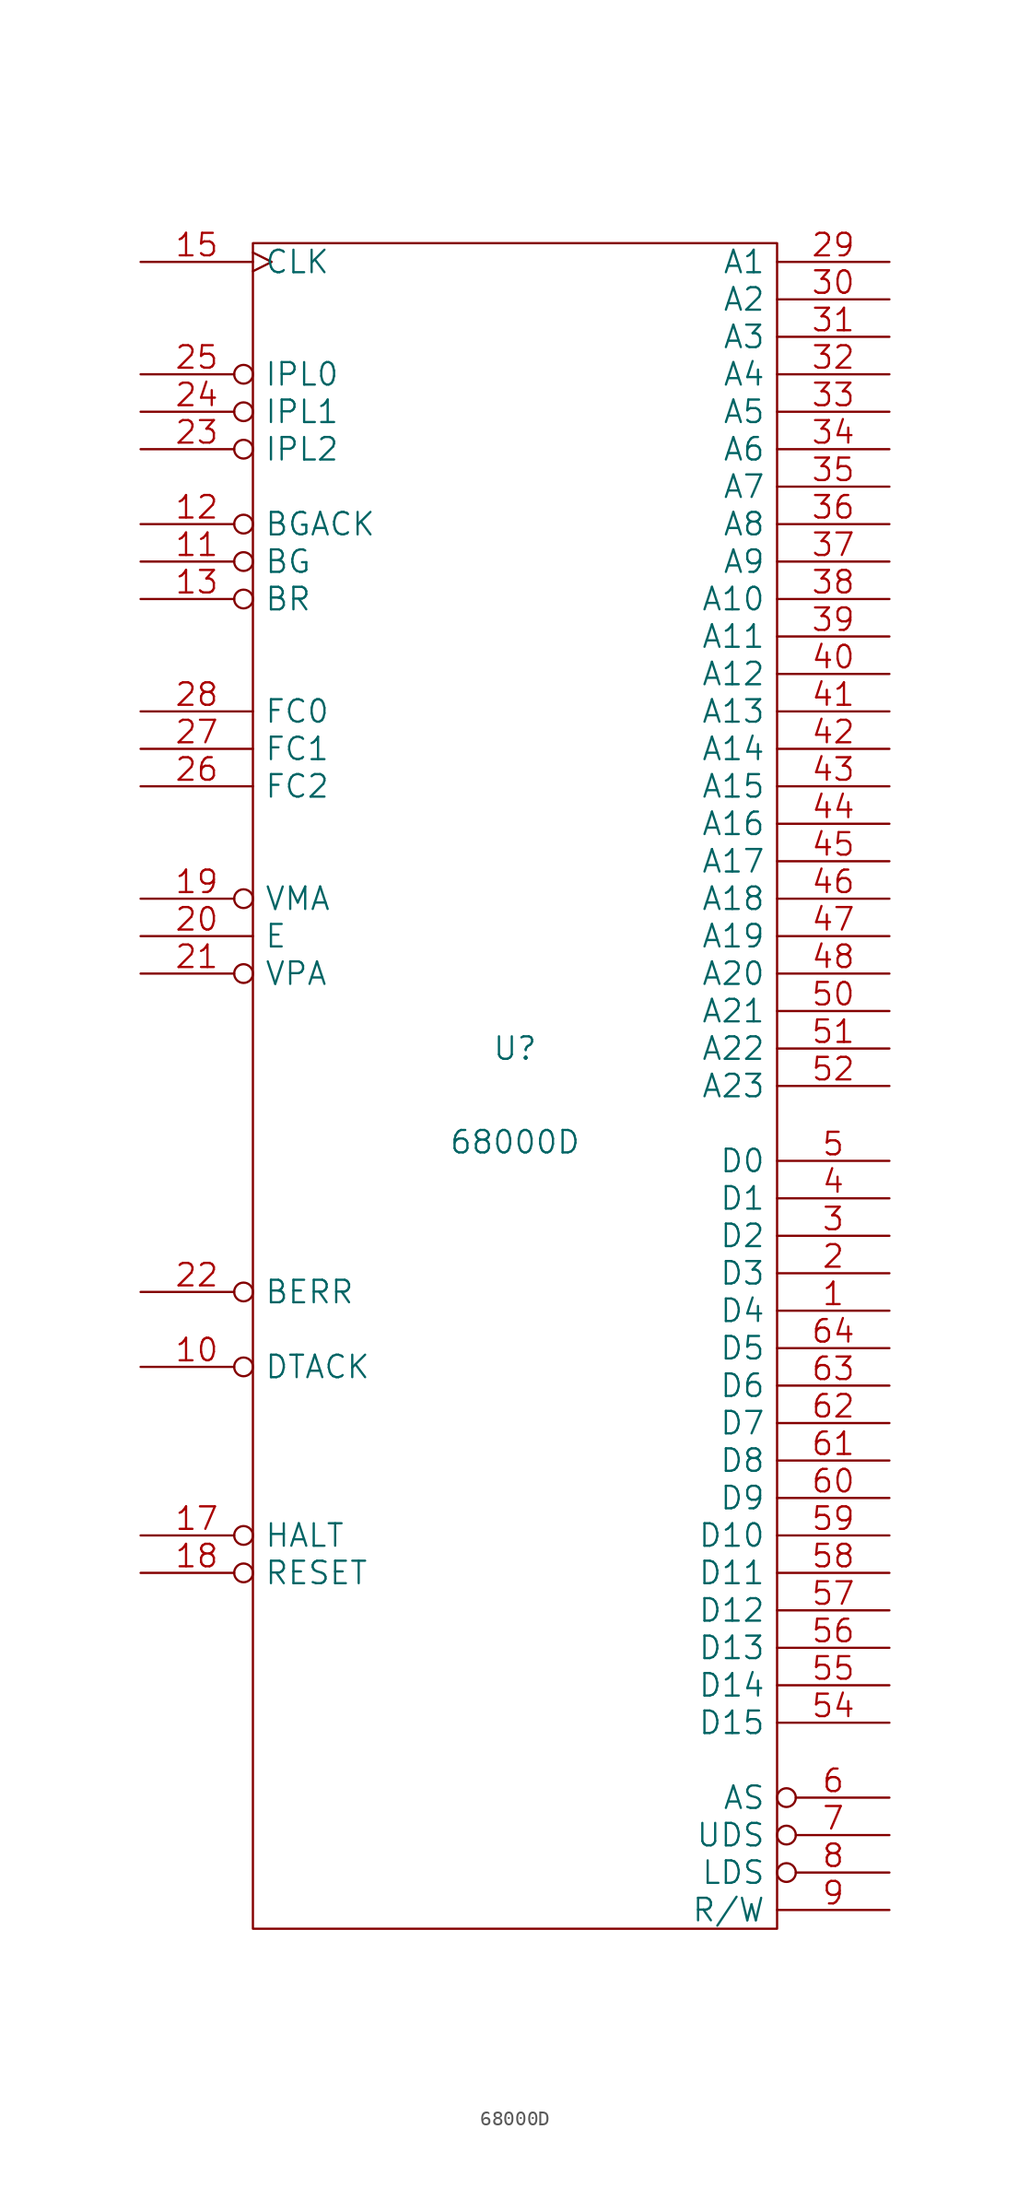
<source format=kicad_sym>
(kicad_symbol_lib
  (version 20211014)
  (generator kicad_symbol_editor)
  (symbol "68000D"
    (pin_names
      (offset 0.762))
    (property "Reference" "U"
      (at 0 2.54 0)
      (effects (font (size 1.524 1.524))))
    (property "Value" "68000D"
      (at 0 -3.81 0)
      (effects (font (size 1.524 1.524))))
    (property "Footprint" ""
      (at 0 0 0)
      (effects (font (size 1.524 1.524))))
    (property "Datasheet" ""
      (at 0 0 0)
      (effects (font (size 1.524 1.524))))
    (symbol "68000D_0_1"
      (rectangle (start -17.78 57.15) (end 17.78 -57.15) (stroke (width 0) (type default) (color 0 0 0 0)) (fill (type none))))
    (symbol "68000D_1_1"
      (pin bidirectional line (at 25.4 -15.24 180) (length 7.62) (name "D4" (effects (font (size 1.524 1.524)))) (number "1" (effects (font (size 1.524 1.524)))))
      (pin input inverted (at -25.4 -19.05 0) (length 7.62) (name "DTACK" (effects (font (size 1.524 1.524)))) (number "10" (effects (font (size 1.524 1.524)))))
      (pin output inverted (at -25.4 35.56 0) (length 7.62) (name "BG" (effects (font (size 1.524 1.524)))) (number "11" (effects (font (size 1.524 1.524)))))
      (pin input inverted (at -25.4 38.1 0) (length 7.62) (name "BGACK" (effects (font (size 1.524 1.524)))) (number "12" (effects (font (size 1.524 1.524)))))
      (pin input inverted (at -25.4 33.02 0) (length 7.62) (name "BR" (effects (font (size 1.524 1.524)))) (number "13" (effects (font (size 1.524 1.524)))))
      (pin power_in line (at -1.27 57.15 270) (length 0) hide (name "VCC" (effects (font (size 1.524 1.524)))) (number "14" (effects (font (size 1.524 1.524)))))
      (pin input clock (at -25.4 55.88 0) (length 7.62) (name "CLK" (effects (font (size 1.524 1.524)))) (number "15" (effects (font (size 1.524 1.524)))))
      (pin power_in line (at 1.27 -57.15 90) (length 0) hide (name "GND" (effects (font (size 1.524 1.524)))) (number "16" (effects (font (size 1.524 1.524)))))
      (pin bidirectional inverted (at -25.4 -30.48 0) (length 7.62) (name "HALT" (effects (font (size 1.524 1.524)))) (number "17" (effects (font (size 1.524 1.524)))))
      (pin bidirectional inverted (at -25.4 -33.02 0) (length 7.62) (name "RESET" (effects (font (size 1.524 1.524)))) (number "18" (effects (font (size 1.524 1.524)))))
      (pin output inverted (at -25.4 12.7 0) (length 7.62) (name "VMA" (effects (font (size 1.524 1.524)))) (number "19" (effects (font (size 1.524 1.524)))))
      (pin bidirectional line (at 25.4 -12.7 180) (length 7.62) (name "D3" (effects (font (size 1.524 1.524)))) (number "2" (effects (font (size 1.524 1.524)))))
      (pin output line (at -25.4 10.16 0) (length 7.62) (name "E" (effects (font (size 1.524 1.524)))) (number "20" (effects (font (size 1.524 1.524)))))
      (pin input inverted (at -25.4 7.62 0) (length 7.62) (name "VPA" (effects (font (size 1.524 1.524)))) (number "21" (effects (font (size 1.524 1.524)))))
      (pin input inverted (at -25.4 -13.97 0) (length 7.62) (name "BERR" (effects (font (size 1.524 1.524)))) (number "22" (effects (font (size 1.524 1.524)))))
      (pin input inverted (at -25.4 43.18 0) (length 7.62) (name "IPL2" (effects (font (size 1.524 1.524)))) (number "23" (effects (font (size 1.524 1.524)))))
      (pin input inverted (at -25.4 45.72 0) (length 7.62) (name "IPL1" (effects (font (size 1.524 1.524)))) (number "24" (effects (font (size 1.524 1.524)))))
      (pin input inverted (at -25.4 48.26 0) (length 7.62) (name "IPL0" (effects (font (size 1.524 1.524)))) (number "25" (effects (font (size 1.524 1.524)))))
      (pin output line (at -25.4 20.32 0) (length 7.62) (name "FC2" (effects (font (size 1.524 1.524)))) (number "26" (effects (font (size 1.524 1.524)))))
      (pin output line (at -25.4 22.86 0) (length 7.62) (name "FC1" (effects (font (size 1.524 1.524)))) (number "27" (effects (font (size 1.524 1.524)))))
      (pin output line (at -25.4 25.4 0) (length 7.62) (name "FC0" (effects (font (size 1.524 1.524)))) (number "28" (effects (font (size 1.524 1.524)))))
      (pin output line (at 25.4 55.88 180) (length 7.62) (name "A1" (effects (font (size 1.524 1.524)))) (number "29" (effects (font (size 1.524 1.524)))))
      (pin bidirectional line (at 25.4 -10.16 180) (length 7.62) (name "D2" (effects (font (size 1.524 1.524)))) (number "3" (effects (font (size 1.524 1.524)))))
      (pin output line (at 25.4 53.34 180) (length 7.62) (name "A2" (effects (font (size 1.524 1.524)))) (number "30" (effects (font (size 1.524 1.524)))))
      (pin output line (at 25.4 50.8 180) (length 7.62) (name "A3" (effects (font (size 1.524 1.524)))) (number "31" (effects (font (size 1.524 1.524)))))
      (pin output line (at 25.4 48.26 180) (length 7.62) (name "A4" (effects (font (size 1.524 1.524)))) (number "32" (effects (font (size 1.524 1.524)))))
      (pin output line (at 25.4 45.72 180) (length 7.62) (name "A5" (effects (font (size 1.524 1.524)))) (number "33" (effects (font (size 1.524 1.524)))))
      (pin output line (at 25.4 43.18 180) (length 7.62) (name "A6" (effects (font (size 1.524 1.524)))) (number "34" (effects (font (size 1.524 1.524)))))
      (pin output line (at 25.4 40.64 180) (length 7.62) (name "A7" (effects (font (size 1.524 1.524)))) (number "35" (effects (font (size 1.524 1.524)))))
      (pin output line (at 25.4 38.1 180) (length 7.62) (name "A8" (effects (font (size 1.524 1.524)))) (number "36" (effects (font (size 1.524 1.524)))))
      (pin output line (at 25.4 35.56 180) (length 7.62) (name "A9" (effects (font (size 1.524 1.524)))) (number "37" (effects (font (size 1.524 1.524)))))
      (pin output line (at 25.4 33.02 180) (length 7.62) (name "A10" (effects (font (size 1.524 1.524)))) (number "38" (effects (font (size 1.524 1.524)))))
      (pin output line (at 25.4 30.48 180) (length 7.62) (name "A11" (effects (font (size 1.524 1.524)))) (number "39" (effects (font (size 1.524 1.524)))))
      (pin bidirectional line (at 25.4 -7.62 180) (length 7.62) (name "D1" (effects (font (size 1.524 1.524)))) (number "4" (effects (font (size 1.524 1.524)))))
      (pin output line (at 25.4 27.94 180) (length 7.62) (name "A12" (effects (font (size 1.524 1.524)))) (number "40" (effects (font (size 1.524 1.524)))))
      (pin output line (at 25.4 25.4 180) (length 7.62) (name "A13" (effects (font (size 1.524 1.524)))) (number "41" (effects (font (size 1.524 1.524)))))
      (pin output line (at 25.4 22.86 180) (length 7.62) (name "A14" (effects (font (size 1.524 1.524)))) (number "42" (effects (font (size 1.524 1.524)))))
      (pin output line (at 25.4 20.32 180) (length 7.62) (name "A15" (effects (font (size 1.524 1.524)))) (number "43" (effects (font (size 1.524 1.524)))))
      (pin output line (at 25.4 17.78 180) (length 7.62) (name "A16" (effects (font (size 1.524 1.524)))) (number "44" (effects (font (size 1.524 1.524)))))
      (pin output line (at 25.4 15.24 180) (length 7.62) (name "A17" (effects (font (size 1.524 1.524)))) (number "45" (effects (font (size 1.524 1.524)))))
      (pin output line (at 25.4 12.7 180) (length 7.62) (name "A18" (effects (font (size 1.524 1.524)))) (number "46" (effects (font (size 1.524 1.524)))))
      (pin output line (at 25.4 10.16 180) (length 7.62) (name "A19" (effects (font (size 1.524 1.524)))) (number "47" (effects (font (size 1.524 1.524)))))
      (pin output line (at 25.4 7.62 180) (length 7.62) (name "A20" (effects (font (size 1.524 1.524)))) (number "48" (effects (font (size 1.524 1.524)))))
      (pin power_in line (at 1.27 57.15 270) (length 0) hide (name "VCC" (effects (font (size 1.524 1.524)))) (number "49" (effects (font (size 1.524 1.524)))))
      (pin bidirectional line (at 25.4 -5.08 180) (length 7.62) (name "D0" (effects (font (size 1.524 1.524)))) (number "5" (effects (font (size 1.524 1.524)))))
      (pin output line (at 25.4 5.08 180) (length 7.62) (name "A21" (effects (font (size 1.524 1.524)))) (number "50" (effects (font (size 1.524 1.524)))))
      (pin output line (at 25.4 2.54 180) (length 7.62) (name "A22" (effects (font (size 1.524 1.524)))) (number "51" (effects (font (size 1.524 1.524)))))
      (pin output line (at 25.4 0 180) (length 7.62) (name "A23" (effects (font (size 1.524 1.524)))) (number "52" (effects (font (size 1.524 1.524)))))
      (pin power_in line (at -1.27 -57.15 90) (length 0) hide (name "GND" (effects (font (size 1.524 1.524)))) (number "53" (effects (font (size 1.524 1.524)))))
      (pin bidirectional line (at 25.4 -43.18 180) (length 7.62) (name "D15" (effects (font (size 1.524 1.524)))) (number "54" (effects (font (size 1.524 1.524)))))
      (pin bidirectional line (at 25.4 -40.64 180) (length 7.62) (name "D14" (effects (font (size 1.524 1.524)))) (number "55" (effects (font (size 1.524 1.524)))))
      (pin bidirectional line (at 25.4 -38.1 180) (length 7.62) (name "D13" (effects (font (size 1.524 1.524)))) (number "56" (effects (font (size 1.524 1.524)))))
      (pin bidirectional line (at 25.4 -35.56 180) (length 7.62) (name "D12" (effects (font (size 1.524 1.524)))) (number "57" (effects (font (size 1.524 1.524)))))
      (pin bidirectional line (at 25.4 -33.02 180) (length 7.62) (name "D11" (effects (font (size 1.524 1.524)))) (number "58" (effects (font (size 1.524 1.524)))))
      (pin bidirectional line (at 25.4 -30.48 180) (length 7.62) (name "D10" (effects (font (size 1.524 1.524)))) (number "59" (effects (font (size 1.524 1.524)))))
      (pin output inverted (at 25.4 -48.26 180) (length 7.62) (name "AS" (effects (font (size 1.524 1.524)))) (number "6" (effects (font (size 1.524 1.524)))))
      (pin bidirectional line (at 25.4 -27.94 180) (length 7.62) (name "D9" (effects (font (size 1.524 1.524)))) (number "60" (effects (font (size 1.524 1.524)))))
      (pin bidirectional line (at 25.4 -25.4 180) (length 7.62) (name "D8" (effects (font (size 1.524 1.524)))) (number "61" (effects (font (size 1.524 1.524)))))
      (pin bidirectional line (at 25.4 -22.86 180) (length 7.62) (name "D7" (effects (font (size 1.524 1.524)))) (number "62" (effects (font (size 1.524 1.524)))))
      (pin bidirectional line (at 25.4 -20.32 180) (length 7.62) (name "D6" (effects (font (size 1.524 1.524)))) (number "63" (effects (font (size 1.524 1.524)))))
      (pin bidirectional line (at 25.4 -17.78 180) (length 7.62) (name "D5" (effects (font (size 1.524 1.524)))) (number "64" (effects (font (size 1.524 1.524)))))
      (pin output inverted (at 25.4 -50.8 180) (length 7.62) (name "UDS" (effects (font (size 1.524 1.524)))) (number "7" (effects (font (size 1.524 1.524)))))
      (pin output inverted (at 25.4 -53.34 180) (length 7.62) (name "LDS" (effects (font (size 1.524 1.524)))) (number "8" (effects (font (size 1.524 1.524)))))
      (pin output line (at 25.4 -55.88 180) (length 7.62) (name "R/W" (effects (font (size 1.524 1.524)))) (number "9" (effects (font (size 1.524 1.524))))))))
</source>
